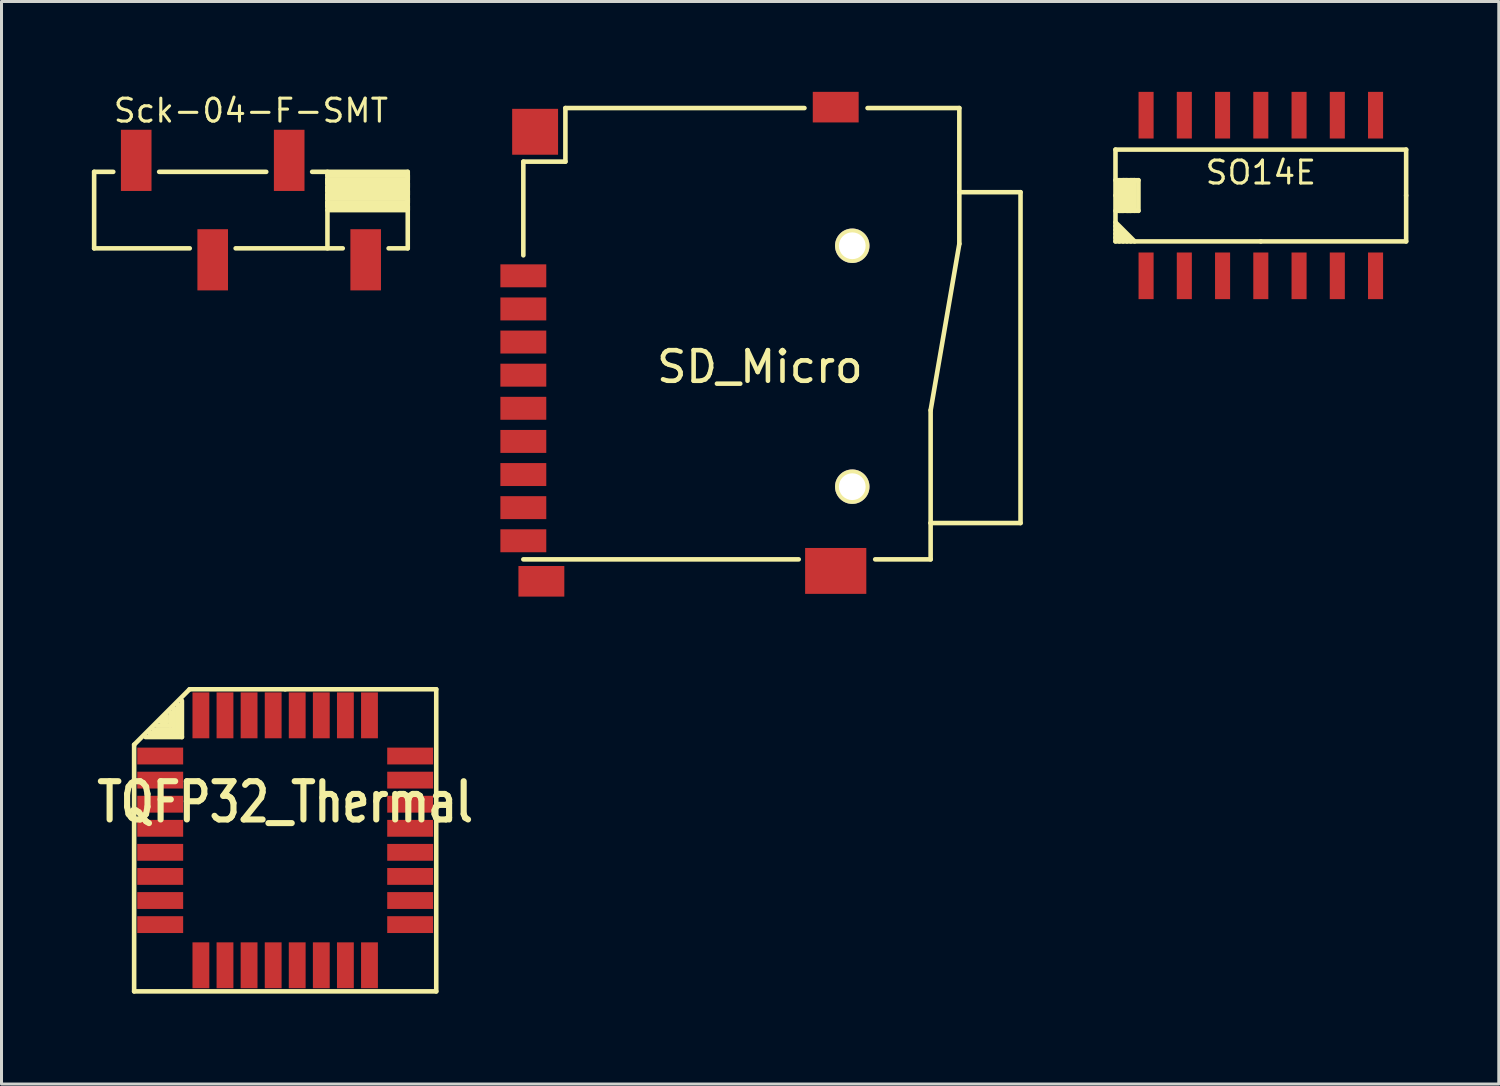
<source format=kicad_pcb>
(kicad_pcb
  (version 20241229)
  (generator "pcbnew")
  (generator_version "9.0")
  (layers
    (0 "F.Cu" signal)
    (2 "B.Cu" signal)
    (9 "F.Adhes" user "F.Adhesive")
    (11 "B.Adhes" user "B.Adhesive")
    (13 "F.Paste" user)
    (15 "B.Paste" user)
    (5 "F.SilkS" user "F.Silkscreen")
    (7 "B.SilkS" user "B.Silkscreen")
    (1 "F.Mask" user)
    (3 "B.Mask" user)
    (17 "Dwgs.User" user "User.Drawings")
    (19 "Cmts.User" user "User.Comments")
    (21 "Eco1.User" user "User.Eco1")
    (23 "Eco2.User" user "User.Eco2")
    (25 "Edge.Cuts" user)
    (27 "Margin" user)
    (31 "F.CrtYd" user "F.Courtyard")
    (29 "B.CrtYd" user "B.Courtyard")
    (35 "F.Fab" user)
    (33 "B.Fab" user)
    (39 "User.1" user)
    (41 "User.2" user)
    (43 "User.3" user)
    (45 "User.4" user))
  (footprint "SD_Micro"
    (layer "F.Cu")
    (at 14.328 10.508)
    (property "Reference" "SD_Micro" (at 7.856 -1.377 0) (layer "F.SilkS") (effects (font (size 1.016 1.016) (thickness 0.152))))
    (attr smd)
    (fp_line (start 0 -8.191) (end 0 -5.08) (stroke (width 0.152) (type solid)) (layer "F.SilkS"))
    (fp_line (start 1.397 -9.97) (end 1.397 -8.191) (stroke (width 0.152) (type solid)) (layer "F.SilkS"))
    (fp_line (start 1.397 -8.191) (end 0 -8.191) (stroke (width 0.152) (type solid)) (layer "F.SilkS"))
    (fp_line (start 9.144 5.016) (end 0 5.016) (stroke (width 0.152) (type solid)) (layer "F.SilkS"))
    (fp_line (start 9.335 -9.97) (end 1.397 -9.97) (stroke (width 0.152) (type solid)) (layer "F.SilkS"))
    (fp_line (start 11.43 -9.97) (end 14.478 -9.97) (stroke (width 0.152) (type solid)) (layer "F.SilkS"))
    (fp_line (start 11.684 5.016) (end 13.525 5.016) (stroke (width 0.152) (type solid)) (layer "F.SilkS"))
    (fp_line (start 13.525 3.81) (end 13.525 0.064) (stroke (width 0.152) (type solid)) (layer "F.SilkS"))
    (fp_line (start 13.525 5.016) (end 13.525 3.81) (stroke (width 0.152) (type solid)) (layer "F.SilkS"))
    (fp_line (start 14.478 -9.97) (end 14.478 -7.176) (stroke (width 0.152) (type solid)) (layer "F.SilkS"))
    (fp_line (start 14.478 -7.176) (end 14.478 -5.461) (stroke (width 0.152) (type solid)) (layer "F.SilkS"))
    (fp_line (start 14.478 -5.461) (end 13.525 0.064) (stroke (width 0.152) (type solid)) (layer "F.SilkS"))
    (fp_line (start 16.51 -7.176) (end 14.478 -7.176) (stroke (width 0.152) (type solid)) (layer "F.SilkS"))
    (fp_line (start 16.51 3.81) (end 13.525 3.81) (stroke (width 0.152) (type solid)) (layer "F.SilkS"))
    (fp_line (start 16.51 3.81) (end 16.51 -7.176) (stroke (width 0.152) (type solid)) (layer "F.SilkS"))
    (pad "1" smd rect (at 0 -4.399) (size 1.524 0.762) (layers "F.Cu" "F.Mask" "F.Paste"))
    (pad "2" smd rect (at 0 -3.299) (size 1.524 0.762) (layers "F.Cu" "F.Mask" "F.Paste"))
    (pad "3" smd rect (at 0 -2.2) (size 1.524 0.762) (layers "F.Cu" "F.Mask" "F.Paste"))
    (pad "4" smd rect (at 0 -1.1) (size 1.524 0.762) (layers "F.Cu" "F.Mask" "F.Paste"))
    (pad "5" smd rect (at 0 0) (size 1.524 0.762) (layers "F.Cu" "F.Mask" "F.Paste"))
    (pad "6" smd rect (at 0 1.1) (size 1.524 0.762) (layers "F.Cu" "F.Mask" "F.Paste"))
    (pad "7" smd rect (at 0 2.2) (size 1.524 0.762) (layers "F.Cu" "F.Mask" "F.Paste"))
    (pad "8" smd rect (at 0 3.299) (size 1.524 0.762) (layers "F.Cu" "F.Mask" "F.Paste"))
    (pad "9" smd rect (at 0 4.399) (size 1.524 0.762) (layers "F.Cu" "F.Mask" "F.Paste"))
    (pad "G1" smd rect (at 0.599 5.745) (size 1.524 1.016) (layers "F.Cu" "F.Mask" "F.Paste"))
    (pad "G2" smd rect (at 10.373 5.4) (size 2.032 1.524) (layers "F.Cu" "F.Mask" "F.Paste"))
    (pad "G3" smd rect (at 10.373 -10) (size 1.524 1.016) (layers "F.Cu" "F.Mask" "F.Paste"))
    (pad "G4" smd rect (at 0.391 -9.182) (size 1.524 1.524) (layers "F.Cu" "F.Mask" "F.Paste"))
    (pad "H1" thru_hole circle (at 10.922 2.603) (size 1.143 1.143) (drill 0.889) (layers "*.Cu" "*.Mask" "F.SilkS"))
    (pad "H2" thru_hole circle (at 10.922 -5.397) (size 1.143 1.143) (drill 0.889) (layers "*.Cu" "*.Mask" "F.SilkS")))
  (footprint "SO14E"
    (layer "F.Cu")
    (at 38.817 3.442)
    (property "Reference" "SO14E" (at 0 -0.762 0) (layer "F.SilkS") (effects (font (size 0.762 0.762) (thickness 0.102))))
    (attr smd)
    (fp_line (start -4.826 -1.524) (end -4.826 0) (stroke (width 0.152) (type solid)) (layer "F.SilkS"))
    (fp_line (start -4.826 -1.524) (end 4.826 -1.524) (stroke (width 0.152) (type solid)) (layer "F.SilkS"))
    (fp_line (start -4.826 -0.508) (end -4.064 -0.508) (stroke (width 0.152) (type solid)) (layer "F.SilkS"))
    (fp_line (start -4.826 0.889) (end -4.191 1.524) (stroke (width 0.152) (type solid)) (layer "F.SilkS"))
    (fp_line (start -4.826 1.016) (end -4.318 1.524) (stroke (width 0.152) (type solid)) (layer "F.SilkS"))
    (fp_line (start -4.826 1.143) (end -4.445 1.524) (stroke (width 0.152) (type solid)) (layer "F.SilkS"))
    (fp_line (start -4.826 1.27) (end -4.572 1.524) (stroke (width 0.152) (type solid)) (layer "F.SilkS"))
    (fp_line (start -4.826 1.397) (end -4.699 1.524) (stroke (width 0.152) (type solid)) (layer "F.SilkS"))
    (fp_line (start -4.826 1.524) (end -4.826 0) (stroke (width 0.152) (type solid)) (layer "F.SilkS"))
    (fp_line (start -4.699 -0.508) (end -4.699 0.508) (stroke (width 0.152) (type solid)) (layer "F.SilkS"))
    (fp_line (start -4.699 0.508) (end -4.572 0.508) (stroke (width 0.152) (type solid)) (layer "F.SilkS"))
    (fp_line (start -4.572 -0.508) (end -4.445 -0.508) (stroke (width 0.152) (type solid)) (layer "F.SilkS"))
    (fp_line (start -4.572 0.508) (end -4.572 -0.508) (stroke (width 0.152) (type solid)) (layer "F.SilkS"))
    (fp_line (start -4.445 -0.508) (end -4.445 0.508) (stroke (width 0.152) (type solid)) (layer "F.SilkS"))
    (fp_line (start -4.445 0.508) (end -4.318 0.508) (stroke (width 0.152) (type solid)) (layer "F.SilkS"))
    (fp_line (start -4.318 -0.508) (end -4.191 -0.508) (stroke (width 0.152) (type solid)) (layer "F.SilkS"))
    (fp_line (start -4.318 0.508) (end -4.318 -0.508) (stroke (width 0.152) (type solid)) (layer "F.SilkS"))
    (fp_line (start -4.191 -0.508) (end -4.191 0.508) (stroke (width 0.152) (type solid)) (layer "F.SilkS"))
    (fp_line (start -4.064 -0.508) (end -4.064 0.508) (stroke (width 0.152) (type solid)) (layer "F.SilkS"))
    (fp_line (start -4.064 0.508) (end -4.826 0.508) (stroke (width 0.152) (type solid)) (layer "F.SilkS"))
    (fp_line (start 0 1.524) (end -4.826 1.524) (stroke (width 0.152) (type solid)) (layer "F.SilkS"))
    (fp_line (start 4.826 0) (end 4.826 -1.524) (stroke (width 0.152) (type solid)) (layer "F.SilkS"))
    (fp_line (start 4.826 1.524) (end 0 1.524) (stroke (width 0.152) (type solid)) (layer "F.SilkS"))
    (fp_line (start 4.826 1.524) (end 4.826 0) (stroke (width 0.152) (type solid)) (layer "F.SilkS"))
    (pad "1" smd rect (at -3.81 2.667) (size 0.5 1.549) (layers "F.Cu" "F.Mask" "F.Paste"))
    (pad "2" smd rect (at -2.54 2.667) (size 0.5 1.549) (layers "F.Cu" "F.Mask" "F.Paste"))
    (pad "3" smd rect (at -1.27 2.667) (size 0.5 1.549) (layers "F.Cu" "F.Mask" "F.Paste"))
    (pad "4" smd rect (at 0 2.667) (size 0.5 1.549) (layers "F.Cu" "F.Mask" "F.Paste"))
    (pad "5" smd rect (at 1.27 2.667) (size 0.5 1.549) (layers "F.Cu" "F.Mask" "F.Paste"))
    (pad "6" smd rect (at 2.54 2.667) (size 0.5 1.549) (layers "F.Cu" "F.Mask" "F.Paste"))
    (pad "7" smd rect (at 3.81 2.667) (size 0.5 1.549) (layers "F.Cu" "F.Mask" "F.Paste"))
    (pad "8" smd rect (at 3.81 -2.667) (size 0.5 1.549) (layers "F.Cu" "F.Mask" "F.Paste"))
    (pad "9" smd rect (at 2.54 -2.667) (size 0.5 1.549) (layers "F.Cu" "F.Mask" "F.Paste"))
    (pad "10" smd rect (at 1.27 -2.667) (size 0.5 1.549) (layers "F.Cu" "F.Mask" "F.Paste"))
    (pad "11" smd rect (at 0 -2.667) (size 0.5 1.549) (layers "F.Cu" "F.Mask" "F.Paste"))
    (pad "12" smd rect (at -1.27 -2.667) (size 0.5 1.549) (layers "F.Cu" "F.Mask" "F.Paste"))
    (pad "13" smd rect (at -2.54 -2.667) (size 0.5 1.549) (layers "F.Cu" "F.Mask" "F.Paste"))
    (pad "14" smd rect (at -3.81 -2.667) (size 0.5 1.549) (layers "F.Cu" "F.Mask" "F.Paste")))
  (footprint "TQFP32_Thermal"
    (layer "F.Cu")
    (at 6.42 24.854)
    (property "Reference" "TQFP32_Thermal" (at 0 -1.27 0) (layer "F.SilkS") (effects (font (size 1.27 1.016) (thickness 0.203))))
    (attr smd)
    (fp_line (start -5.016 -3.175) (end -3.175 -5.016) (stroke (width 0.152) (type solid)) (layer "F.SilkS"))
    (fp_line (start -5.016 5.016) (end -5.016 -3.175) (stroke (width 0.152) (type solid)) (layer "F.SilkS"))
    (fp_line (start -4 -4) (end -4.064 -4.064) (stroke (width 0.152) (type solid)) (layer "F.SilkS"))
    (fp_line (start -3.937 -3.937) (end -4.128 -3.937) (stroke (width 0.152) (type solid)) (layer "F.SilkS"))
    (fp_line (start -3.937 -3.937) (end -3.937 -4.128) (stroke (width 0.152) (type solid)) (layer "F.SilkS"))
    (fp_line (start -3.81 -3.81) (end -4.255 -3.81) (stroke (width 0.152) (type solid)) (layer "F.SilkS"))
    (fp_line (start -3.81 -3.81) (end -3.81 -4.255) (stroke (width 0.152) (type solid)) (layer "F.SilkS"))
    (fp_line (start -3.683 -3.683) (end -4.381 -3.683) (stroke (width 0.152) (type solid)) (layer "F.SilkS"))
    (fp_line (start -3.683 -3.683) (end -3.683 -4.381) (stroke (width 0.152) (type solid)) (layer "F.SilkS"))
    (fp_line (start -3.556 -3.556) (end -4.508 -3.556) (stroke (width 0.152) (type solid)) (layer "F.SilkS"))
    (fp_line (start -3.556 -3.556) (end -3.556 -4.508) (stroke (width 0.152) (type solid)) (layer "F.SilkS"))
    (fp_line (start -3.429 -3.429) (end -4.636 -3.429) (stroke (width 0.152) (type solid)) (layer "F.SilkS"))
    (fp_line (start -3.429 -3.429) (end -3.429 -4.636) (stroke (width 0.152) (type solid)) (layer "F.SilkS"))
    (fp_line (start -3.175 -5.016) (end 0 -5.016) (stroke (width 0.152) (type solid)) (layer "F.SilkS"))
    (fp_line (start 0 -5.016) (end 5.016 -5.016) (stroke (width 0.152) (type solid)) (layer "F.SilkS"))
    (fp_line (start 5.016 -5.016) (end 5.016 5.016) (stroke (width 0.152) (type solid)) (layer "F.SilkS"))
    (fp_line (start 5.016 5.016) (end -5.016 5.016) (stroke (width 0.152) (type solid)) (layer "F.SilkS"))
    (pad "1" smd rect (at -4.15 -2.799) (size 1.524 0.559) (layers "F.Cu" "F.Mask" "F.Paste"))
    (pad "2" smd rect (at -4.15 -1.999) (size 1.524 0.559) (layers "F.Cu" "F.Mask" "F.Paste"))
    (pad "3" smd rect (at -4.15 -1.199) (size 1.524 0.559) (layers "F.Cu" "F.Mask" "F.Paste"))
    (pad "4" smd rect (at -4.15 -0.399) (size 1.524 0.559) (layers "F.Cu" "F.Mask" "F.Paste"))
    (pad "5" smd rect (at -4.15 0.399) (size 1.524 0.559) (layers "F.Cu" "F.Mask" "F.Paste"))
    (pad "6" smd rect (at -4.15 1.199) (size 1.524 0.559) (layers "F.Cu" "F.Mask" "F.Paste"))
    (pad "7" smd rect (at -4.15 1.999) (size 1.524 0.559) (layers "F.Cu" "F.Mask" "F.Paste"))
    (pad "8" smd rect (at -4.15 2.799) (size 1.524 0.559) (layers "F.Cu" "F.Mask" "F.Paste"))
    (pad "9" smd rect (at -2.799 4.15 90) (size 1.524 0.559) (layers "F.Cu" "F.Mask" "F.Paste"))
    (pad "10" smd rect (at -1.999 4.15 90) (size 1.524 0.559) (layers "F.Cu" "F.Mask" "F.Paste"))
    (pad "11" smd rect (at -1.199 4.15 90) (size 1.524 0.559) (layers "F.Cu" "F.Mask" "F.Paste"))
    (pad "12" smd rect (at -0.399 4.15 90) (size 1.524 0.559) (layers "F.Cu" "F.Mask" "F.Paste"))
    (pad "13" smd rect (at 0.399 4.15 90) (size 1.524 0.559) (layers "F.Cu" "F.Mask" "F.Paste"))
    (pad "14" smd rect (at 1.199 4.15 90) (size 1.524 0.559) (layers "F.Cu" "F.Mask" "F.Paste"))
    (pad "15" smd rect (at 1.999 4.15 90) (size 1.524 0.559) (layers "F.Cu" "F.Mask" "F.Paste"))
    (pad "16" smd rect (at 2.799 4.15 90) (size 1.524 0.559) (layers "F.Cu" "F.Mask" "F.Paste"))
    (pad "17" smd rect (at 4.15 2.799) (size 1.524 0.559) (layers "F.Cu" "F.Mask" "F.Paste"))
    (pad "18" smd rect (at 4.15 1.999) (size 1.524 0.559) (layers "F.Cu" "F.Mask" "F.Paste"))
    (pad "19" smd rect (at 4.15 1.199) (size 1.524 0.559) (layers "F.Cu" "F.Mask" "F.Paste"))
    (pad "20" smd rect (at 4.15 0.399) (size 1.524 0.559) (layers "F.Cu" "F.Mask" "F.Paste"))
    (pad "21" smd rect (at 4.15 -0.399) (size 1.524 0.559) (layers "F.Cu" "F.Mask" "F.Paste"))
    (pad "22" smd rect (at 4.15 -1.199) (size 1.524 0.559) (layers "F.Cu" "F.Mask" "F.Paste"))
    (pad "23" smd rect (at 4.15 -1.999) (size 1.524 0.559) (layers "F.Cu" "F.Mask" "F.Paste"))
    (pad "24" smd rect (at 4.15 -2.799) (size 1.524 0.559) (layers "F.Cu" "F.Mask" "F.Paste"))
    (pad "25" smd rect (at 2.799 -4.15 90) (size 1.524 0.559) (layers "F.Cu" "F.Mask" "F.Paste"))
    (pad "26" smd rect (at 1.999 -4.15 90) (size 1.524 0.559) (layers "F.Cu" "F.Mask" "F.Paste"))
    (pad "27" smd rect (at 1.199 -4.15 90) (size 1.524 0.559) (layers "F.Cu" "F.Mask" "F.Paste"))
    (pad "28" smd rect (at 0.399 -4.15 90) (size 1.524 0.559) (layers "F.Cu" "F.Mask" "F.Paste"))
    (pad "29" smd rect (at -0.399 -4.15 90) (size 1.524 0.559) (layers "F.Cu" "F.Mask" "F.Paste"))
    (pad "30" smd rect (at -1.199 -4.15 90) (size 1.524 0.559) (layers "F.Cu" "F.Mask" "F.Paste"))
    (pad "31" smd rect (at -1.999 -4.15 90) (size 1.524 0.559) (layers "F.Cu" "F.Mask" "F.Paste"))
    (pad "32" smd rect (at -2.799 -4.15 90) (size 1.524 0.559) (layers "F.Cu" "F.Mask" "F.Paste")))
  (footprint "Sck-04-F-SMT"
    (layer "F.Cu")
    (at 5.283 3.926)
    (property "Reference" "Sck-04-F-SMT" (at 0 -3.302 0) (layer "F.SilkS") (effects (font (size 0.762 0.762) (thickness 0.102))))
    (attr smd)
    (fp_line (start -5.207 -1.27) (end -5.207 1.27) (stroke (width 0.152) (type solid)) (layer "F.SilkS"))
    (fp_line (start -5.207 1.27) (end -2.032 1.27) (stroke (width 0.152) (type solid)) (layer "F.SilkS"))
    (fp_line (start -4.572 -1.27) (end -5.207 -1.27) (stroke (width 0.152) (type solid)) (layer "F.SilkS"))
    (fp_line (start 0.508 -1.27) (end -3.048 -1.27) (stroke (width 0.152) (type solid)) (layer "F.SilkS"))
    (fp_line (start 2.54 -1.016) (end 5.207 -1.016) (stroke (width 0.152) (type solid)) (layer "F.SilkS"))
    (fp_line (start 2.54 -0.889) (end 2.54 -1.016) (stroke (width 0.152) (type solid)) (layer "F.SilkS"))
    (fp_line (start 2.54 -0.762) (end 5.207 -0.762) (stroke (width 0.152) (type solid)) (layer "F.SilkS"))
    (fp_line (start 2.54 -0.635) (end 2.54 -0.762) (stroke (width 0.152) (type solid)) (layer "F.SilkS"))
    (fp_line (start 2.54 -0.508) (end 5.207 -0.508) (stroke (width 0.152) (type solid)) (layer "F.SilkS"))
    (fp_line (start 2.54 -0.381) (end 2.54 -0.508) (stroke (width 0.152) (type solid)) (layer "F.SilkS"))
    (fp_line (start 2.54 -0.254) (end 5.207 -0.254) (stroke (width 0.152) (type solid)) (layer "F.SilkS"))
    (fp_line (start 2.54 -0.127) (end 2.54 -0.254) (stroke (width 0.152) (type solid)) (layer "F.SilkS"))
    (fp_line (start 2.54 0) (end 5.207 0) (stroke (width 0.152) (type solid)) (layer "F.SilkS"))
    (fp_line (start 2.54 1.27) (end 2.54 -1.27) (stroke (width 0.152) (type solid)) (layer "F.SilkS"))
    (fp_line (start 3.048 1.27) (end -0.508 1.27) (stroke (width 0.152) (type solid)) (layer "F.SilkS"))
    (fp_line (start 5.207 -1.27) (end 2.032 -1.27) (stroke (width 0.152) (type solid)) (layer "F.SilkS"))
    (fp_line (start 5.207 -1.143) (end 2.54 -1.143) (stroke (width 0.152) (type solid)) (layer "F.SilkS"))
    (fp_line (start 5.207 -1.016) (end 5.207 -1.143) (stroke (width 0.152) (type solid)) (layer "F.SilkS"))
    (fp_line (start 5.207 -0.889) (end 2.54 -0.889) (stroke (width 0.152) (type solid)) (layer "F.SilkS"))
    (fp_line (start 5.207 -0.762) (end 5.207 -0.889) (stroke (width 0.152) (type solid)) (layer "F.SilkS"))
    (fp_line (start 5.207 -0.635) (end 2.54 -0.635) (stroke (width 0.152) (type solid)) (layer "F.SilkS"))
    (fp_line (start 5.207 -0.508) (end 5.207 -0.635) (stroke (width 0.152) (type solid)) (layer "F.SilkS"))
    (fp_line (start 5.207 -0.381) (end 2.54 -0.381) (stroke (width 0.152) (type solid)) (layer "F.SilkS"))
    (fp_line (start 5.207 -0.254) (end 5.207 -0.381) (stroke (width 0.152) (type solid)) (layer "F.SilkS"))
    (fp_line (start 5.207 -0.127) (end 2.54 -0.127) (stroke (width 0.152) (type solid)) (layer "F.SilkS"))
    (fp_line (start 5.207 0) (end 5.207 -0.127) (stroke (width 0.152) (type solid)) (layer "F.SilkS"))
    (fp_line (start 5.207 1.27) (end 4.572 1.27) (stroke (width 0.152) (type solid)) (layer "F.SilkS"))
    (fp_line (start 5.207 1.27) (end 5.207 -1.27) (stroke (width 0.152) (type solid)) (layer "F.SilkS"))
    (pad "1" smd rect (at 3.81 1.651) (size 1.016 2.032) (layers "F.Cu" "F.Mask" "F.Paste"))
    (pad "2" smd rect (at 1.27 -1.651) (size 1.016 2.032) (layers "F.Cu" "F.Mask" "F.Paste"))
    (pad "3" smd rect (at -1.27 1.651) (size 1.016 2.032) (layers "F.Cu" "F.Mask" "F.Paste"))
    (pad "4" smd rect (at -3.81 -1.651) (size 1.016 2.032) (layers "F.Cu" "F.Mask" "F.Paste")))
  (gr_rect
    (start -3 -3)
    (end 46.719 32.947)
    (stroke (width 0.1) (type default))
    (fill no)
    (layer "Edge.Cuts")))
</source>
